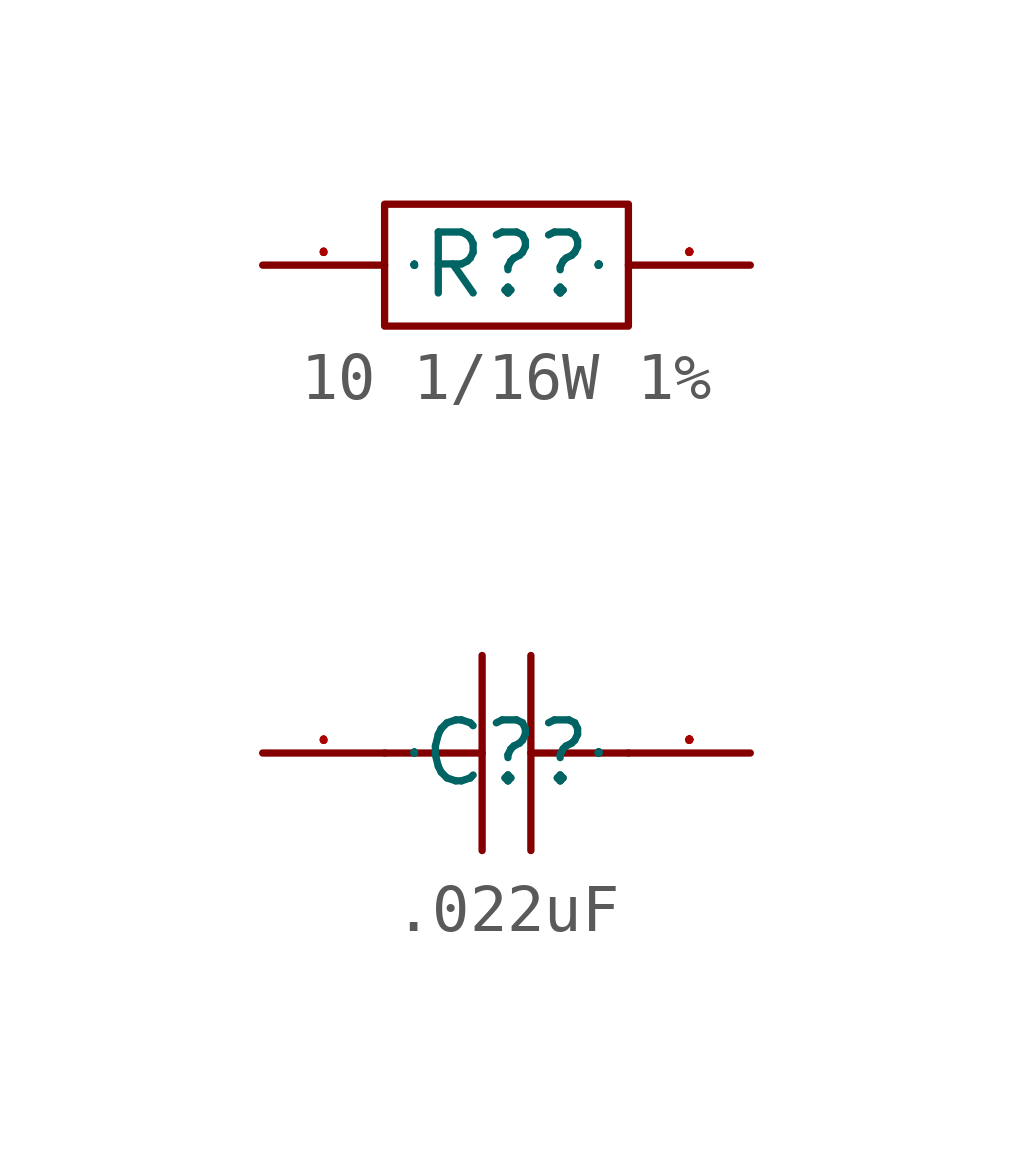
<source format=kicad_sym>
(kicad_symbol_lib
  (version 20231120)
  (generator "kicad_symbol_editor")
  (generator_version "8.0")
  (symbol "10 1/16W 1%"
    (property "Reference" "R?"
      (at 0 0 0)
      (effects (font (size 1.27 1.27))))
    (property "Value" ""
      (at 0 0 0)
      (effects (font (size 1.27 1.27))))
    (symbol "10 1/16W 1%_1_0"
      (rectangle (start -2.54 -1.27) (end 2.54 1.27) (stroke (width 0) (type default)) (fill (type none)))
      (pin unspecified line (at -5.08 0 0) (length 2.54) (name "1" (effects (font (size 0.025 0.025)))) (number "1" (effects (font (size 0.025 0.025)))))
      (pin unspecified line (at 5.08 0 180) (length 2.54) (name "2" (effects (font (size 0.025 0.025)))) (number "2" (effects (font (size 0.025 0.025)))))))
  (symbol ".022uF"
    (property "Reference" "C?"
      (at 0 0 0)
      (effects (font (size 1.27 1.27))))
    (property "Value" ""
      (at 0 0 0)
      (effects (font (size 1.27 1.27))))
    (symbol ".022uF_1_0"
      (polyline (pts (xy -0.508 -2.032) (xy -0.508 2.032)) (stroke (width 0) (type default)) (fill (type none)))
      (polyline (pts (xy -0.508 0) (xy -2.54 0)) (stroke (width 0) (type default)) (fill (type none)))
      (polyline (pts (xy 0.508 2.032) (xy 0.508 -2.032)) (stroke (width 0) (type default)) (fill (type none)))
      (polyline (pts (xy 2.54 0) (xy 0.508 0)) (stroke (width 0) (type default)) (fill (type none)))
      (pin unspecified line (at -5.08 0 0) (length 2.54) (name "1" (effects (font (size 0.025 0.025)))) (number "1" (effects (font (size 0.025 0.025)))))
      (pin unspecified line (at 5.08 0 180) (length 2.54) (name "2" (effects (font (size 0.025 0.025)))) (number "2" (effects (font (size 0.025 0.025))))))))
</source>
